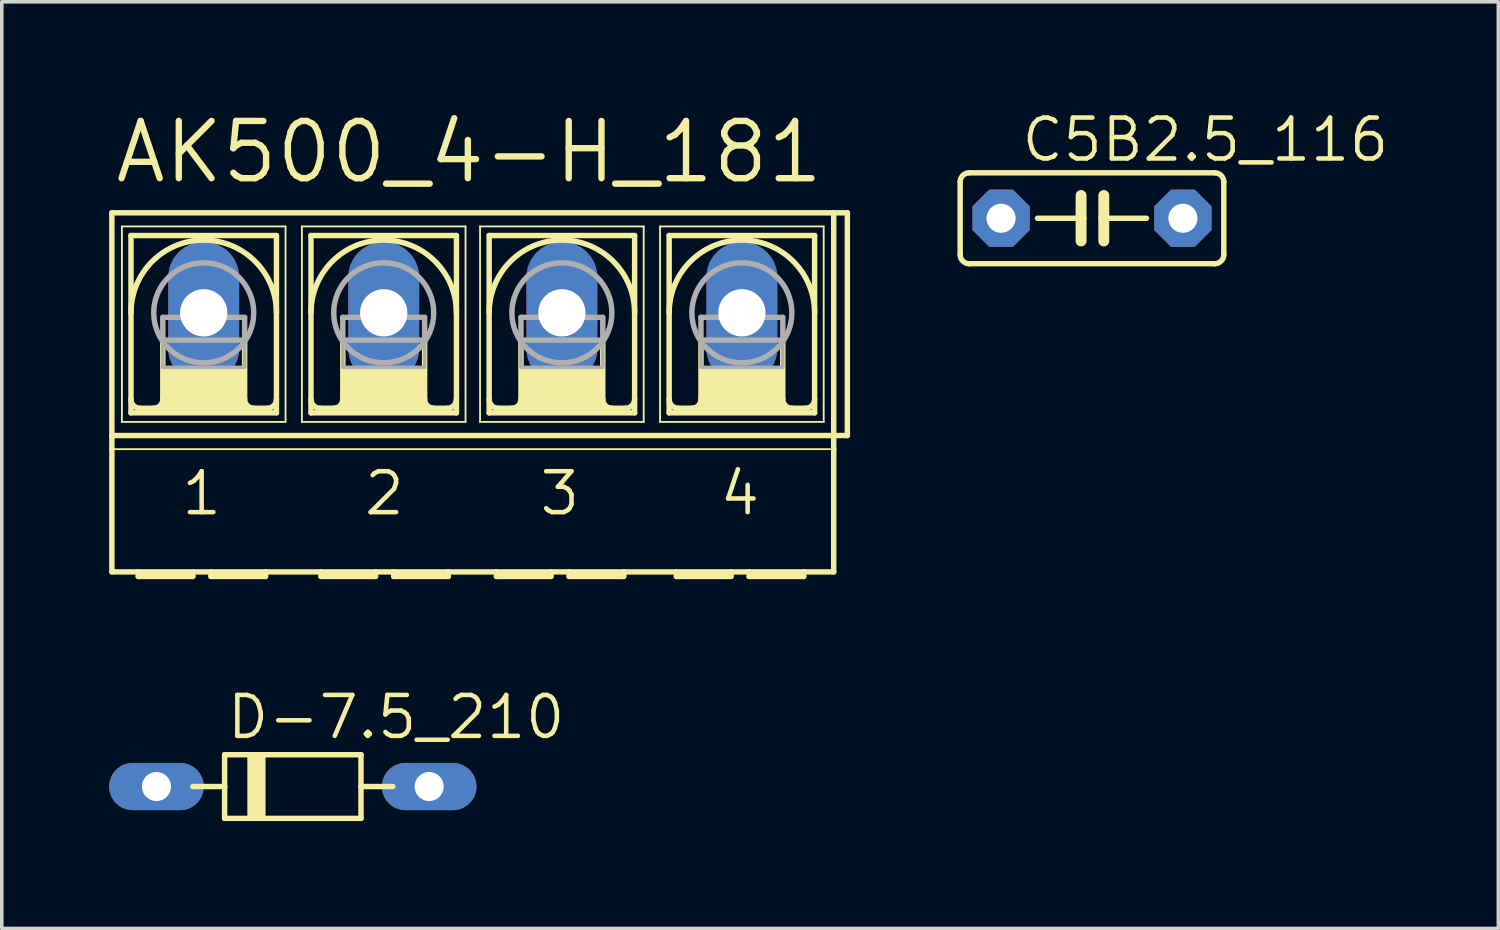
<source format=kicad_pcb>
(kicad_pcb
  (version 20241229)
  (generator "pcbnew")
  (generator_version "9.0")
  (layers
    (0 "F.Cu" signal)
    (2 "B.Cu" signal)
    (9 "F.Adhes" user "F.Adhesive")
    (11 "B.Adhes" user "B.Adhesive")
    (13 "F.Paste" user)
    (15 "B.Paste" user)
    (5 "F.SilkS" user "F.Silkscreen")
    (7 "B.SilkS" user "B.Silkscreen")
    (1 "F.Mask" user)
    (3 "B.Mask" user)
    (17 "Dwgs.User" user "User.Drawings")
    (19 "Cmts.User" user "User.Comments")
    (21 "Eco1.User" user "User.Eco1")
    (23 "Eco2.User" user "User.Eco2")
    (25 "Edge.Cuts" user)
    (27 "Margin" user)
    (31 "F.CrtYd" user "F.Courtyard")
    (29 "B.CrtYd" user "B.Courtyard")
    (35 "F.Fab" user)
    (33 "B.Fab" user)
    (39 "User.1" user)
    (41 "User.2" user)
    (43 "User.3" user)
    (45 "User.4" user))
  (footprint "AK500_4-H_181"
    (layer "F.Cu")
    (at 10.16 5.69)
    (property "Reference" "AK500_4-H_181" (at -10.084 -3.556 0) (unlocked yes) (layer "F.SilkS") (effects (font (size 1.6 1.6) (thickness 0.178)) (justify left bottom)))
    (fp_line (start -10.084 3.429) (end -10.084 -2.794) (stroke (width 0.152) (type solid)) (layer "F.SilkS"))
    (fp_line (start -10.084 3.429) (end 10.084 3.429) (stroke (width 0.152) (type solid)) (layer "F.SilkS"))
    (fp_line (start -10.084 3.81) (end -10.084 3.429) (stroke (width 0.152) (type solid)) (layer "F.SilkS"))
    (fp_line (start -10.084 7.239) (end -10.084 3.81) (stroke (width 0.152) (type solid)) (layer "F.SilkS"))
    (fp_line (start -10.084 7.239) (end -9.347 7.239) (stroke (width 0.152) (type solid)) (layer "F.SilkS"))
    (fp_line (start -9.804 -2.413) (end -9.804 3.048) (stroke (width 0.051) (type solid)) (layer "F.SilkS"))
    (fp_line (start -9.804 -2.413) (end -5.232 -2.413) (stroke (width 0.051) (type solid)) (layer "F.SilkS"))
    (fp_line (start -9.55 2.794) (end -9.55 -2.159) (stroke (width 0.152) (type solid)) (layer "F.SilkS"))
    (fp_line (start -9.55 2.794) (end -5.486 2.794) (stroke (width 0.152) (type solid)) (layer "F.SilkS"))
    (fp_line (start -9.347 7.239) (end -7.823 7.239) (stroke (width 0.152) (type solid)) (layer "F.SilkS"))
    (fp_line (start -9.347 7.366) (end -9.347 7.239) (stroke (width 0.152) (type solid)) (layer "F.SilkS"))
    (fp_line (start -9.347 7.366) (end -7.823 7.366) (stroke (width 0.152) (type solid)) (layer "F.SilkS"))
    (fp_line (start -8.661 0.762) (end -8.661 2.413) (stroke (width 0.152) (type solid)) (layer "F.SilkS"))
    (fp_line (start -7.823 7.239) (end -7.823 7.366) (stroke (width 0.152) (type solid)) (layer "F.SilkS"))
    (fp_line (start -7.823 7.239) (end -7.315 7.239) (stroke (width 0.152) (type solid)) (layer "F.SilkS"))
    (fp_line (start -7.315 7.239) (end -5.791 7.239) (stroke (width 0.152) (type solid)) (layer "F.SilkS"))
    (fp_line (start -7.315 7.366) (end -7.315 7.239) (stroke (width 0.152) (type solid)) (layer "F.SilkS"))
    (fp_line (start -7.315 7.366) (end -5.791 7.366) (stroke (width 0.152) (type solid)) (layer "F.SilkS"))
    (fp_line (start -6.375 0.762) (end -6.375 2.413) (stroke (width 0.152) (type solid)) (layer "F.SilkS"))
    (fp_line (start -5.791 7.239) (end -4.242 7.239) (stroke (width 0.152) (type solid)) (layer "F.SilkS"))
    (fp_line (start -5.791 7.366) (end -5.791 7.239) (stroke (width 0.152) (type solid)) (layer "F.SilkS"))
    (fp_line (start -5.74 2.667) (end -9.296 2.667) (stroke (width 0.152) (type solid)) (layer "F.SilkS"))
    (fp_line (start -5.486 -2.159) (end -9.55 -2.159) (stroke (width 0.152) (type solid)) (layer "F.SilkS"))
    (fp_line (start -5.486 -2.159) (end -5.486 2.794) (stroke (width 0.152) (type solid)) (layer "F.SilkS"))
    (fp_line (start -5.232 -2.413) (end -5.232 3.048) (stroke (width 0.051) (type solid)) (layer "F.SilkS"))
    (fp_line (start -5.232 3.048) (end -9.804 3.048) (stroke (width 0.051) (type solid)) (layer "F.SilkS"))
    (fp_line (start -4.775 -2.413) (end -4.775 3.048) (stroke (width 0.051) (type solid)) (layer "F.SilkS"))
    (fp_line (start -4.775 -2.413) (end -0.203 -2.413) (stroke (width 0.051) (type solid)) (layer "F.SilkS"))
    (fp_line (start -4.521 -2.159) (end -4.521 2.794) (stroke (width 0.152) (type solid)) (layer "F.SilkS"))
    (fp_line (start -4.521 2.794) (end -0.457 2.794) (stroke (width 0.152) (type solid)) (layer "F.SilkS"))
    (fp_line (start -4.242 7.239) (end -2.718 7.239) (stroke (width 0.152) (type solid)) (layer "F.SilkS"))
    (fp_line (start -4.242 7.366) (end -4.242 7.239) (stroke (width 0.152) (type solid)) (layer "F.SilkS"))
    (fp_line (start -4.242 7.366) (end -2.718 7.366) (stroke (width 0.152) (type solid)) (layer "F.SilkS"))
    (fp_line (start -3.632 0.762) (end -3.632 2.413) (stroke (width 0.152) (type solid)) (layer "F.SilkS"))
    (fp_line (start -2.718 7.239) (end -2.718 7.366) (stroke (width 0.152) (type solid)) (layer "F.SilkS"))
    (fp_line (start -2.718 7.239) (end -2.21 7.239) (stroke (width 0.152) (type solid)) (layer "F.SilkS"))
    (fp_line (start -2.21 7.239) (end -0.686 7.239) (stroke (width 0.152) (type solid)) (layer "F.SilkS"))
    (fp_line (start -2.21 7.366) (end -2.21 7.239) (stroke (width 0.152) (type solid)) (layer "F.SilkS"))
    (fp_line (start -2.21 7.366) (end -0.686 7.366) (stroke (width 0.152) (type solid)) (layer "F.SilkS"))
    (fp_line (start -1.346 0.762) (end -1.346 2.413) (stroke (width 0.152) (type solid)) (layer "F.SilkS"))
    (fp_line (start -0.711 2.667) (end -4.267 2.667) (stroke (width 0.152) (type solid)) (layer "F.SilkS"))
    (fp_line (start -0.686 7.366) (end -0.686 7.239) (stroke (width 0.152) (type solid)) (layer "F.SilkS"))
    (fp_line (start -0.457 -2.159) (end -4.521 -2.159) (stroke (width 0.152) (type solid)) (layer "F.SilkS"))
    (fp_line (start -0.457 2.794) (end -0.457 -2.159) (stroke (width 0.152) (type solid)) (layer "F.SilkS"))
    (fp_line (start -0.203 3.048) (end -4.775 3.048) (stroke (width 0.051) (type solid)) (layer "F.SilkS"))
    (fp_line (start -0.203 3.048) (end -0.203 -2.413) (stroke (width 0.051) (type solid)) (layer "F.SilkS"))
    (fp_line (start 0.203 -2.413) (end 0.203 3.048) (stroke (width 0.051) (type solid)) (layer "F.SilkS"))
    (fp_line (start 0.203 -2.413) (end 4.775 -2.413) (stroke (width 0.051) (type solid)) (layer "F.SilkS"))
    (fp_line (start 0.457 2.794) (end 0.457 -2.159) (stroke (width 0.152) (type solid)) (layer "F.SilkS"))
    (fp_line (start 0.457 2.794) (end 4.521 2.794) (stroke (width 0.152) (type solid)) (layer "F.SilkS"))
    (fp_line (start 0.66 7.239) (end -0.686 7.239) (stroke (width 0.152) (type solid)) (layer "F.SilkS"))
    (fp_line (start 0.66 7.239) (end 0.66 7.366) (stroke (width 0.152) (type solid)) (layer "F.SilkS"))
    (fp_line (start 0.66 7.239) (end 2.184 7.239) (stroke (width 0.152) (type solid)) (layer "F.SilkS"))
    (fp_line (start 0.66 7.366) (end 2.184 7.366) (stroke (width 0.152) (type solid)) (layer "F.SilkS"))
    (fp_line (start 1.346 0.762) (end 1.346 2.413) (stroke (width 0.152) (type solid)) (layer "F.SilkS"))
    (fp_line (start 2.184 7.239) (end 2.184 7.366) (stroke (width 0.152) (type solid)) (layer "F.SilkS"))
    (fp_line (start 2.184 7.239) (end 2.692 7.239) (stroke (width 0.152) (type solid)) (layer "F.SilkS"))
    (fp_line (start 2.692 7.239) (end 2.692 7.366) (stroke (width 0.152) (type solid)) (layer "F.SilkS"))
    (fp_line (start 2.692 7.239) (end 4.216 7.239) (stroke (width 0.152) (type solid)) (layer "F.SilkS"))
    (fp_line (start 2.692 7.366) (end 4.216 7.366) (stroke (width 0.152) (type solid)) (layer "F.SilkS"))
    (fp_line (start 3.632 0.762) (end 3.632 2.413) (stroke (width 0.152) (type solid)) (layer "F.SilkS"))
    (fp_line (start 4.216 7.366) (end 4.216 7.239) (stroke (width 0.152) (type solid)) (layer "F.SilkS"))
    (fp_line (start 4.267 2.667) (end 0.711 2.667) (stroke (width 0.152) (type solid)) (layer "F.SilkS"))
    (fp_line (start 4.521 -2.159) (end 0.457 -2.159) (stroke (width 0.152) (type solid)) (layer "F.SilkS"))
    (fp_line (start 4.521 -2.159) (end 4.521 2.794) (stroke (width 0.152) (type solid)) (layer "F.SilkS"))
    (fp_line (start 4.775 -2.413) (end 4.775 3.048) (stroke (width 0.051) (type solid)) (layer "F.SilkS"))
    (fp_line (start 4.775 3.048) (end 0.203 3.048) (stroke (width 0.051) (type solid)) (layer "F.SilkS"))
    (fp_line (start 5.232 -2.413) (end 5.232 3.048) (stroke (width 0.051) (type solid)) (layer "F.SilkS"))
    (fp_line (start 5.232 -2.413) (end 9.804 -2.413) (stroke (width 0.051) (type solid)) (layer "F.SilkS"))
    (fp_line (start 5.486 2.794) (end 5.486 -2.159) (stroke (width 0.152) (type solid)) (layer "F.SilkS"))
    (fp_line (start 5.486 2.794) (end 9.55 2.794) (stroke (width 0.152) (type solid)) (layer "F.SilkS"))
    (fp_line (start 5.69 7.239) (end 4.216 7.239) (stroke (width 0.152) (type solid)) (layer "F.SilkS"))
    (fp_line (start 5.69 7.239) (end 5.69 7.366) (stroke (width 0.152) (type solid)) (layer "F.SilkS"))
    (fp_line (start 5.69 7.366) (end 7.214 7.366) (stroke (width 0.152) (type solid)) (layer "F.SilkS"))
    (fp_line (start 6.375 0.762) (end 6.375 2.413) (stroke (width 0.152) (type solid)) (layer "F.SilkS"))
    (fp_line (start 7.214 7.239) (end 5.69 7.239) (stroke (width 0.152) (type solid)) (layer "F.SilkS"))
    (fp_line (start 7.214 7.239) (end 7.214 7.366) (stroke (width 0.152) (type solid)) (layer "F.SilkS"))
    (fp_line (start 7.722 7.239) (end 7.214 7.239) (stroke (width 0.152) (type solid)) (layer "F.SilkS"))
    (fp_line (start 7.722 7.239) (end 7.722 7.366) (stroke (width 0.152) (type solid)) (layer "F.SilkS"))
    (fp_line (start 7.722 7.366) (end 9.246 7.366) (stroke (width 0.152) (type solid)) (layer "F.SilkS"))
    (fp_line (start 8.661 0.762) (end 8.661 2.413) (stroke (width 0.152) (type solid)) (layer "F.SilkS"))
    (fp_line (start 9.246 7.239) (end 7.722 7.239) (stroke (width 0.152) (type solid)) (layer "F.SilkS"))
    (fp_line (start 9.246 7.366) (end 9.246 7.239) (stroke (width 0.152) (type solid)) (layer "F.SilkS"))
    (fp_line (start 9.296 2.667) (end 5.74 2.667) (stroke (width 0.152) (type solid)) (layer "F.SilkS"))
    (fp_line (start 9.55 -2.159) (end 5.486 -2.159) (stroke (width 0.152) (type solid)) (layer "F.SilkS"))
    (fp_line (start 9.55 -2.159) (end 9.55 2.794) (stroke (width 0.152) (type solid)) (layer "F.SilkS"))
    (fp_line (start 9.804 -2.413) (end 9.804 3.048) (stroke (width 0.051) (type solid)) (layer "F.SilkS"))
    (fp_line (start 9.804 3.048) (end 5.232 3.048) (stroke (width 0.051) (type solid)) (layer "F.SilkS"))
    (fp_line (start 10.084 -2.794) (end -10.084 -2.794) (stroke (width 0.152) (type solid)) (layer "F.SilkS"))
    (fp_line (start 10.084 -2.794) (end 10.084 3.429) (stroke (width 0.152) (type solid)) (layer "F.SilkS"))
    (fp_line (start 10.084 3.429) (end 10.084 3.81) (stroke (width 0.152) (type solid)) (layer "F.SilkS"))
    (fp_line (start 10.084 3.81) (end -10.084 3.81) (stroke (width 0.051) (type solid)) (layer "F.SilkS"))
    (fp_line (start 10.084 3.81) (end 10.084 7.239) (stroke (width 0.152) (type solid)) (layer "F.SilkS"))
    (fp_line (start 10.084 7.239) (end 9.246 7.239) (stroke (width 0.152) (type solid)) (layer "F.SilkS"))
    (fp_line (start 10.465 -2.794) (end 10.084 -2.794) (stroke (width 0.152) (type solid)) (layer "F.SilkS"))
    (fp_line (start 10.465 -2.794) (end 10.465 3.429) (stroke (width 0.152) (type solid)) (layer "F.SilkS"))
    (fp_line (start 10.465 3.429) (end 10.084 3.429) (stroke (width 0.152) (type solid)) (layer "F.SilkS"))
    (fp_arc (start -9.5504 0) (mid -7.5184 -2.032) (end -5.4864 0) (stroke (width 0.1524) (type solid)) (layer "F.SilkS"))
    (fp_arc (start -9.2964 2.667) (mid -9.476005 2.592605) (end -9.5504 2.413) (stroke (width 0.1524) (type solid)) (layer "F.SilkS"))
    (fp_arc (start -8.6614 2.413) (mid -8.735795 2.592605) (end -8.9154 2.667) (stroke (width 0.1524) (type solid)) (layer "F.SilkS"))
    (fp_arc (start -6.1214 2.667) (mid -6.301005 2.592605) (end -6.3754 2.413) (stroke (width 0.1524) (type solid)) (layer "F.SilkS"))
    (fp_arc (start -5.4864 2.413) (mid -5.560795 2.592605) (end -5.7404 2.667) (stroke (width 0.1524) (type solid)) (layer "F.SilkS"))
    (fp_arc (start -4.5212 0) (mid -2.4892 -2.032) (end -0.4572 0) (stroke (width 0.1524) (type solid)) (layer "F.SilkS"))
    (fp_arc (start -4.2672 2.667) (mid -4.446805 2.592605) (end -4.5212 2.413) (stroke (width 0.1524) (type solid)) (layer "F.SilkS"))
    (fp_arc (start -3.6322 2.413) (mid -3.706595 2.592605) (end -3.8862 2.667) (stroke (width 0.1524) (type solid)) (layer "F.SilkS"))
    (fp_arc (start -1.0922 2.667) (mid -1.271805 2.592605) (end -1.3462 2.413) (stroke (width 0.1524) (type solid)) (layer "F.SilkS"))
    (fp_arc (start -0.4572 2.413) (mid -0.531595 2.592605) (end -0.7112 2.667) (stroke (width 0.1524) (type solid)) (layer "F.SilkS"))
    (fp_arc (start 0.4572 0) (mid 2.4892 -2.032) (end 4.5212 0) (stroke (width 0.1524) (type solid)) (layer "F.SilkS"))
    (fp_arc (start 0.7112 2.667) (mid 0.531595 2.592605) (end 0.4572 2.413) (stroke (width 0.1524) (type solid)) (layer "F.SilkS"))
    (fp_arc (start 1.3462 2.413) (mid 1.271805 2.592605) (end 1.0922 2.667) (stroke (width 0.1524) (type solid)) (layer "F.SilkS"))
    (fp_arc (start 3.8862 2.667) (mid 3.706595 2.592605) (end 3.6322 2.413) (stroke (width 0.1524) (type solid)) (layer "F.SilkS"))
    (fp_arc (start 4.5212 2.413) (mid 4.446805 2.592605) (end 4.2672 2.667) (stroke (width 0.1524) (type solid)) (layer "F.SilkS"))
    (fp_arc (start 5.4864 0) (mid 7.5184 -2.032) (end 9.5504 0) (stroke (width 0.1524) (type solid)) (layer "F.SilkS"))
    (fp_arc (start 5.7404 2.667) (mid 5.560795 2.592605) (end 5.4864 2.413) (stroke (width 0.1524) (type solid)) (layer "F.SilkS"))
    (fp_arc (start 6.3754 2.413) (mid 6.301005 2.592605) (end 6.1214 2.667) (stroke (width 0.1524) (type solid)) (layer "F.SilkS"))
    (fp_arc (start 8.9154 2.667) (mid 8.735795 2.592605) (end 8.6614 2.413) (stroke (width 0.1524) (type solid)) (layer "F.SilkS"))
    (fp_arc (start 9.5504 2.413) (mid 9.476005 2.592605) (end 9.2964 2.667) (stroke (width 0.1524) (type solid)) (layer "F.SilkS"))
    (fp_poly (pts (xy -8.661 2.667) (xy -6.375 2.667) (xy -6.375 1.524) (xy -8.661 1.524)) (stroke (width 0) (type default)) (fill yes) (layer "F.SilkS"))
    (fp_poly (pts (xy -3.632 2.667) (xy -1.346 2.667) (xy -1.346 1.524) (xy -3.632 1.524)) (stroke (width 0) (type default)) (fill yes) (layer "F.SilkS"))
    (fp_poly (pts (xy 1.346 2.667) (xy 3.632 2.667) (xy 3.632 1.524) (xy 1.346 1.524)) (stroke (width 0) (type default)) (fill yes) (layer "F.SilkS"))
    (fp_poly (pts (xy 6.375 2.667) (xy 8.661 2.667) (xy 8.661 1.524) (xy 6.375 1.524)) (stroke (width 0) (type default)) (fill yes) (layer "F.SilkS"))
    (fp_line (start -8.661 0.127) (end -8.661 0.762) (stroke (width 0.152) (type solid)) (layer "F.Fab"))
    (fp_line (start -8.661 0.127) (end -6.375 0.127) (stroke (width 0.152) (type solid)) (layer "F.Fab"))
    (fp_line (start -8.661 0.762) (end -6.375 0.762) (stroke (width 0.152) (type solid)) (layer "F.Fab"))
    (fp_line (start -6.375 0.127) (end -6.375 0.762) (stroke (width 0.152) (type solid)) (layer "F.Fab"))
    (fp_line (start -3.632 0.127) (end -3.632 0.762) (stroke (width 0.152) (type solid)) (layer "F.Fab"))
    (fp_line (start -3.632 0.127) (end -1.346 0.127) (stroke (width 0.152) (type solid)) (layer "F.Fab"))
    (fp_line (start -3.632 0.762) (end -1.346 0.762) (stroke (width 0.152) (type solid)) (layer "F.Fab"))
    (fp_line (start -1.346 0.127) (end -1.346 0.762) (stroke (width 0.152) (type solid)) (layer "F.Fab"))
    (fp_line (start 1.346 0.127) (end 1.346 0.762) (stroke (width 0.152) (type solid)) (layer "F.Fab"))
    (fp_line (start 1.346 0.127) (end 3.632 0.127) (stroke (width 0.152) (type solid)) (layer "F.Fab"))
    (fp_line (start 1.346 0.762) (end 3.632 0.762) (stroke (width 0.152) (type solid)) (layer "F.Fab"))
    (fp_line (start 3.632 0.127) (end 3.632 0.762) (stroke (width 0.152) (type solid)) (layer "F.Fab"))
    (fp_line (start 6.375 0.127) (end 6.375 0.762) (stroke (width 0.152) (type solid)) (layer "F.Fab"))
    (fp_line (start 6.375 0.127) (end 8.661 0.127) (stroke (width 0.152) (type solid)) (layer "F.Fab"))
    (fp_line (start 6.375 0.762) (end 8.661 0.762) (stroke (width 0.152) (type solid)) (layer "F.Fab"))
    (fp_line (start 8.661 0.127) (end 8.661 0.762) (stroke (width 0.152) (type solid)) (layer "F.Fab"))
    (fp_circle (center -7.518 0) (end -6.121 0) (stroke (width 0.152) (type solid)) (fill no) (layer "F.Fab"))
    (fp_circle (center -2.489 0) (end -1.092 0) (stroke (width 0.152) (type solid)) (fill no) (layer "F.Fab"))
    (fp_circle (center 2.489 0) (end 3.886 0) (stroke (width 0.152) (type solid)) (fill no) (layer "F.Fab"))
    (fp_circle (center 7.518 0) (end 8.915 0) (stroke (width 0.152) (type solid)) (fill no) (layer "F.Fab"))
    (fp_poly (pts (xy -8.661 1.524) (xy -6.375 1.524) (xy -6.375 0.762) (xy -8.661 0.762)) (stroke (width 0.1) (type default)) (fill no) (layer "F.Fab"))
    (fp_poly (pts (xy -3.632 1.524) (xy -1.346 1.524) (xy -1.346 0.762) (xy -3.632 0.762)) (stroke (width 0.1) (type default)) (fill no) (layer "F.Fab"))
    (fp_poly (pts (xy 1.346 1.524) (xy 3.632 1.524) (xy 3.632 0.762) (xy 1.346 0.762)) (stroke (width 0.1) (type default)) (fill no) (layer "F.Fab"))
    (fp_poly (pts (xy 6.375 1.524) (xy 8.661 1.524) (xy 8.661 0.762) (xy 6.375 0.762)) (stroke (width 0.1) (type default)) (fill no) (layer "F.Fab"))
    (fp_text user "1" (at -8.204 5.715 0) (unlocked yes) (layer "F.SilkS") (effects (font (size 1.143 1.143) (thickness 0.127)) (justify left bottom)))
    (fp_text user "3" (at 1.803 5.715 0) (unlocked yes) (layer "F.SilkS") (effects (font (size 1.143 1.143) (thickness 0.127)) (justify left bottom)))
    (fp_text user "2" (at -3.099 5.715 0) (unlocked yes) (layer "F.SilkS") (effects (font (size 1.143 1.143) (thickness 0.127)) (justify left bottom)))
    (fp_text user "4" (at 6.833 5.715 0) (unlocked yes) (layer "F.SilkS") (effects (font (size 1.143 1.143) (thickness 0.127)) (justify left bottom)))
    (pad "1" thru_hole oval (at -7.518 0 90) (size 3.962 1.981) (drill 1.321) (layers "*.Cu" "*.Mask"))
    (pad "2" thru_hole oval (at -2.489 0 90) (size 3.962 1.981) (drill 1.321) (layers "*.Cu" "*.Mask"))
    (pad "3" thru_hole oval (at 2.489 0 90) (size 3.962 1.981) (drill 1.321) (layers "*.Cu" "*.Mask"))
    (pad "4" thru_hole oval (at 7.518 0 90) (size 3.962 1.981) (drill 1.321) (layers "*.Cu" "*.Mask")))
  (footprint "D-7.5_210"
    (layer "F.Cu")
    (at 5.131 18.926)
    (property "Reference" "D-7.5_210" (at -1.905 -1.27 0) (unlocked yes) (layer "F.SilkS") (effects (font (size 1.143 1.143) (thickness 0.127)) (justify left bottom)))
    (fp_line (start -1.905 -0.889) (end -1.905 0) (stroke (width 0.152) (type solid)) (layer "F.SilkS"))
    (fp_line (start -1.905 0) (end -2.794 0) (stroke (width 0.152) (type solid)) (layer "F.SilkS"))
    (fp_line (start -1.905 0) (end -1.905 0.889) (stroke (width 0.152) (type solid)) (layer "F.SilkS"))
    (fp_line (start -1.905 0.889) (end 1.905 0.889) (stroke (width 0.152) (type solid)) (layer "F.SilkS"))
    (fp_line (start 1.905 -0.889) (end -1.905 -0.889) (stroke (width 0.152) (type solid)) (layer "F.SilkS"))
    (fp_line (start 1.905 0) (end 1.905 -0.889) (stroke (width 0.152) (type solid)) (layer "F.SilkS"))
    (fp_line (start 1.905 0.889) (end 1.905 0) (stroke (width 0.152) (type solid)) (layer "F.SilkS"))
    (fp_line (start 2.794 0) (end 1.905 0) (stroke (width 0.152) (type solid)) (layer "F.SilkS"))
    (fp_poly (pts (xy -1.27 0.889) (xy -0.762 0.889) (xy -0.762 -0.889) (xy -1.27 -0.889)) (stroke (width 0) (type default)) (fill yes) (layer "F.SilkS"))
    (pad "A" thru_hole oval (at 3.81 0) (size 2.642 1.321) (drill 0.813) (layers "*.Cu" "*.Mask"))
    (pad "C" thru_hole oval (at -3.81 0) (size 2.642 1.321) (drill 0.813) (layers "*.Cu" "*.Mask")))
  (footprint "C5B2.5_116"
    (layer "F.Cu")
    (at 27.46 3.048)
    (property "Reference" "C5B2.5_116" (at -2.032 -1.524 0) (unlocked yes) (layer "F.SilkS") (effects (font (size 1.143 1.143) (thickness 0.127)) (justify left bottom)))
    (fp_line (start -3.683 -1.016) (end -3.683 1.016) (stroke (width 0.152) (type solid)) (layer "F.SilkS"))
    (fp_line (start -3.429 1.27) (end 3.429 1.27) (stroke (width 0.152) (type solid)) (layer "F.SilkS"))
    (fp_line (start -0.305 -0.635) (end -0.305 0) (stroke (width 0.305) (type solid)) (layer "F.SilkS"))
    (fp_line (start -0.305 0) (end -1.524 0) (stroke (width 0.152) (type solid)) (layer "F.SilkS"))
    (fp_line (start -0.305 0) (end -0.305 0.635) (stroke (width 0.305) (type solid)) (layer "F.SilkS"))
    (fp_line (start 0.33 -0.635) (end 0.33 0) (stroke (width 0.305) (type solid)) (layer "F.SilkS"))
    (fp_line (start 0.33 0) (end 0.33 0.635) (stroke (width 0.305) (type solid)) (layer "F.SilkS"))
    (fp_line (start 0.33 0) (end 1.524 0) (stroke (width 0.152) (type solid)) (layer "F.SilkS"))
    (fp_line (start 3.429 -1.27) (end -3.429 -1.27) (stroke (width 0.152) (type solid)) (layer "F.SilkS"))
    (fp_line (start 3.683 1.016) (end 3.683 -1.016) (stroke (width 0.152) (type solid)) (layer "F.SilkS"))
    (fp_arc (start -3.683 -1.016) (mid -3.608605 -1.195605) (end -3.429 -1.27) (stroke (width 0.1524) (type solid)) (layer "F.SilkS"))
    (fp_arc (start -3.429 1.27) (mid -3.608605 1.195605) (end -3.683 1.016) (stroke (width 0.1524) (type solid)) (layer "F.SilkS"))
    (fp_arc (start 3.429 -1.27) (mid 3.608605 -1.195605) (end 3.683 -1.016) (stroke (width 0.1524) (type solid)) (layer "F.SilkS"))
    (fp_arc (start 3.683 1.016) (mid 3.608605 1.195605) (end 3.429 1.27) (stroke (width 0.1524) (type solid)) (layer "F.SilkS"))
    (pad "1" thru_hole roundrect (at -2.54 0) (size 1.6 1.6) (drill 0.813) (layers "*.Cu" "*.Mask") (roundrect_rratio 0.25) (chamfer_ratio 0.293) (chamfer top_left top_right bottom_left bottom_right))
    (pad "2" thru_hole roundrect (at 2.54 0) (size 1.6 1.6) (drill 0.813) (layers "*.Cu" "*.Mask") (roundrect_rratio 0.25) (chamfer_ratio 0.293) (chamfer top_left top_right bottom_left bottom_right)))
  (gr_rect
    (start -3 -3)
    (end 38.813 22.891)
    (stroke (width 0.1) (type default))
    (fill no)
    (layer "Edge.Cuts")))
</source>
